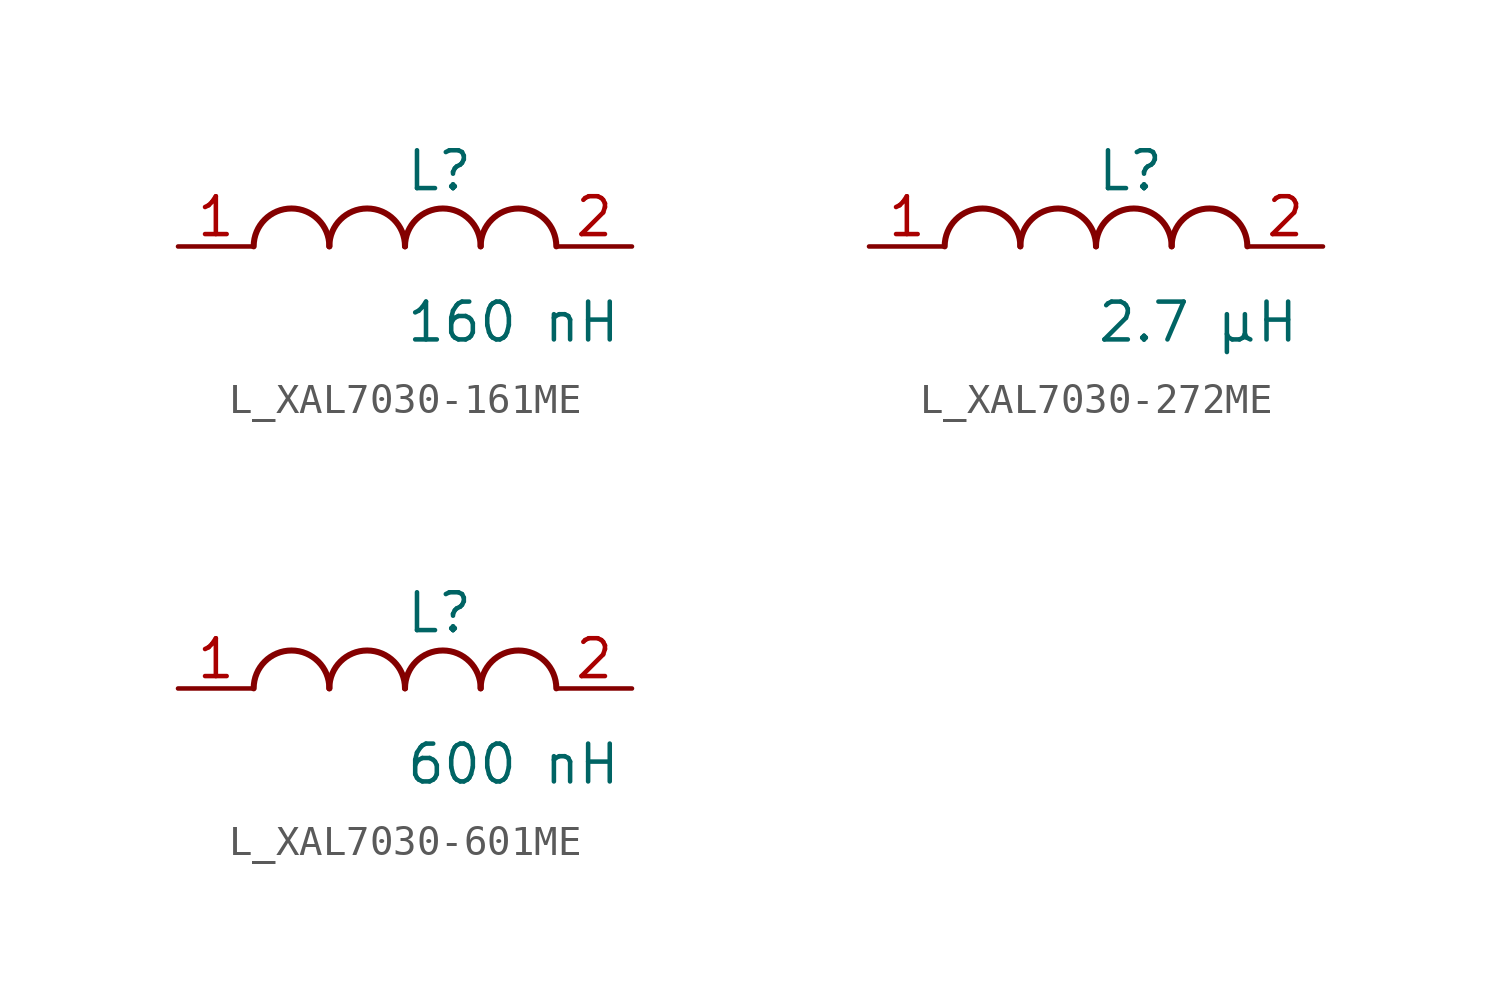
<source format=kicad_sym>
(kicad_symbol_lib
  (version 20231120)
  (generator kicad_symbol_editor)
  (generator_version 8.0)
  (symbol "L_XAL7030-161ME"
    (pin_names
      (offset 0.254))
    (property "Reference" "L"
      (at 0 2.54 0)
      (effects (font (size 1.27 1.27)) (justify left)))
    (property "Value" "160 nH"
      (at 0 -2.54 0)
      (effects (font (size 1.27 1.27)) (justify left)))
    (symbol "L_XAL7030-161ME_1_1"
      (arc (start -2.54 0.0056) (mid -3.81 1.27) (end -5.08 0.0056) (stroke (width 0.2032) (type default)) (fill (type none)))
      (arc (start 0 0.0056) (mid -1.27 1.27) (end -2.54 0.0056) (stroke (width 0.2032) (type default)) (fill (type none)))
      (arc (start 2.54 0.0056) (mid 1.27 1.27) (end 0 0.0056) (stroke (width 0.2032) (type default)) (fill (type none)))
      (arc (start 5.08 0.0056) (mid 3.81 1.27) (end 2.54 0.0056) (stroke (width 0.2032) (type default)) (fill (type none)))
      (pin unspecified line (at -7.62 0 0) (length 2.54) (name "" (effects (font (size 1.27 1.27)))) (number "1" (effects (font (size 1.27 1.27)))))
      (pin unspecified line (at 7.62 0 180) (length 2.54) (name "" (effects (font (size 1.27 1.27)))) (number "2" (effects (font (size 1.27 1.27)))))))
  (symbol "L_XAL7030-272ME"
    (pin_names
      (offset 0.254))
    (property "Reference" "L"
      (at 0 2.54 0)
      (effects (font (size 1.27 1.27)) (justify left)))
    (property "Value" "2.7 µH"
      (at 0 -2.54 0)
      (effects (font (size 1.27 1.27)) (justify left)))
    (symbol "L_XAL7030-272ME_1_1"
      (arc (start -2.54 0.0056) (mid -3.81 1.27) (end -5.08 0.0056) (stroke (width 0.2032) (type default)) (fill (type none)))
      (arc (start 0 0.0056) (mid -1.27 1.27) (end -2.54 0.0056) (stroke (width 0.2032) (type default)) (fill (type none)))
      (arc (start 2.54 0.0056) (mid 1.27 1.27) (end 0 0.0056) (stroke (width 0.2032) (type default)) (fill (type none)))
      (arc (start 5.08 0.0056) (mid 3.81 1.27) (end 2.54 0.0056) (stroke (width 0.2032) (type default)) (fill (type none)))
      (pin unspecified line (at -7.62 0 0) (length 2.54) (name "" (effects (font (size 1.27 1.27)))) (number "1" (effects (font (size 1.27 1.27)))))
      (pin unspecified line (at 7.62 0 180) (length 2.54) (name "" (effects (font (size 1.27 1.27)))) (number "2" (effects (font (size 1.27 1.27)))))))
  (symbol "L_XAL7030-601ME"
    (pin_names
      (offset 0.254))
    (property "Reference" "L"
      (at 0 2.54 0)
      (effects (font (size 1.27 1.27)) (justify left)))
    (property "Value" "600 nH"
      (at 0 -2.54 0)
      (effects (font (size 1.27 1.27)) (justify left)))
    (symbol "L_XAL7030-601ME_1_1"
      (arc (start -2.54 0.0056) (mid -3.81 1.27) (end -5.08 0.0056) (stroke (width 0.2032) (type default)) (fill (type none)))
      (arc (start 0 0.0056) (mid -1.27 1.27) (end -2.54 0.0056) (stroke (width 0.2032) (type default)) (fill (type none)))
      (arc (start 2.54 0.0056) (mid 1.27 1.27) (end 0 0.0056) (stroke (width 0.2032) (type default)) (fill (type none)))
      (arc (start 5.08 0.0056) (mid 3.81 1.27) (end 2.54 0.0056) (stroke (width 0.2032) (type default)) (fill (type none)))
      (pin unspecified line (at -7.62 0 0) (length 2.54) (name "" (effects (font (size 1.27 1.27)))) (number "1" (effects (font (size 1.27 1.27)))))
      (pin unspecified line (at 7.62 0 180) (length 2.54) (name "" (effects (font (size 1.27 1.27)))) (number "2" (effects (font (size 1.27 1.27))))))))
</source>
